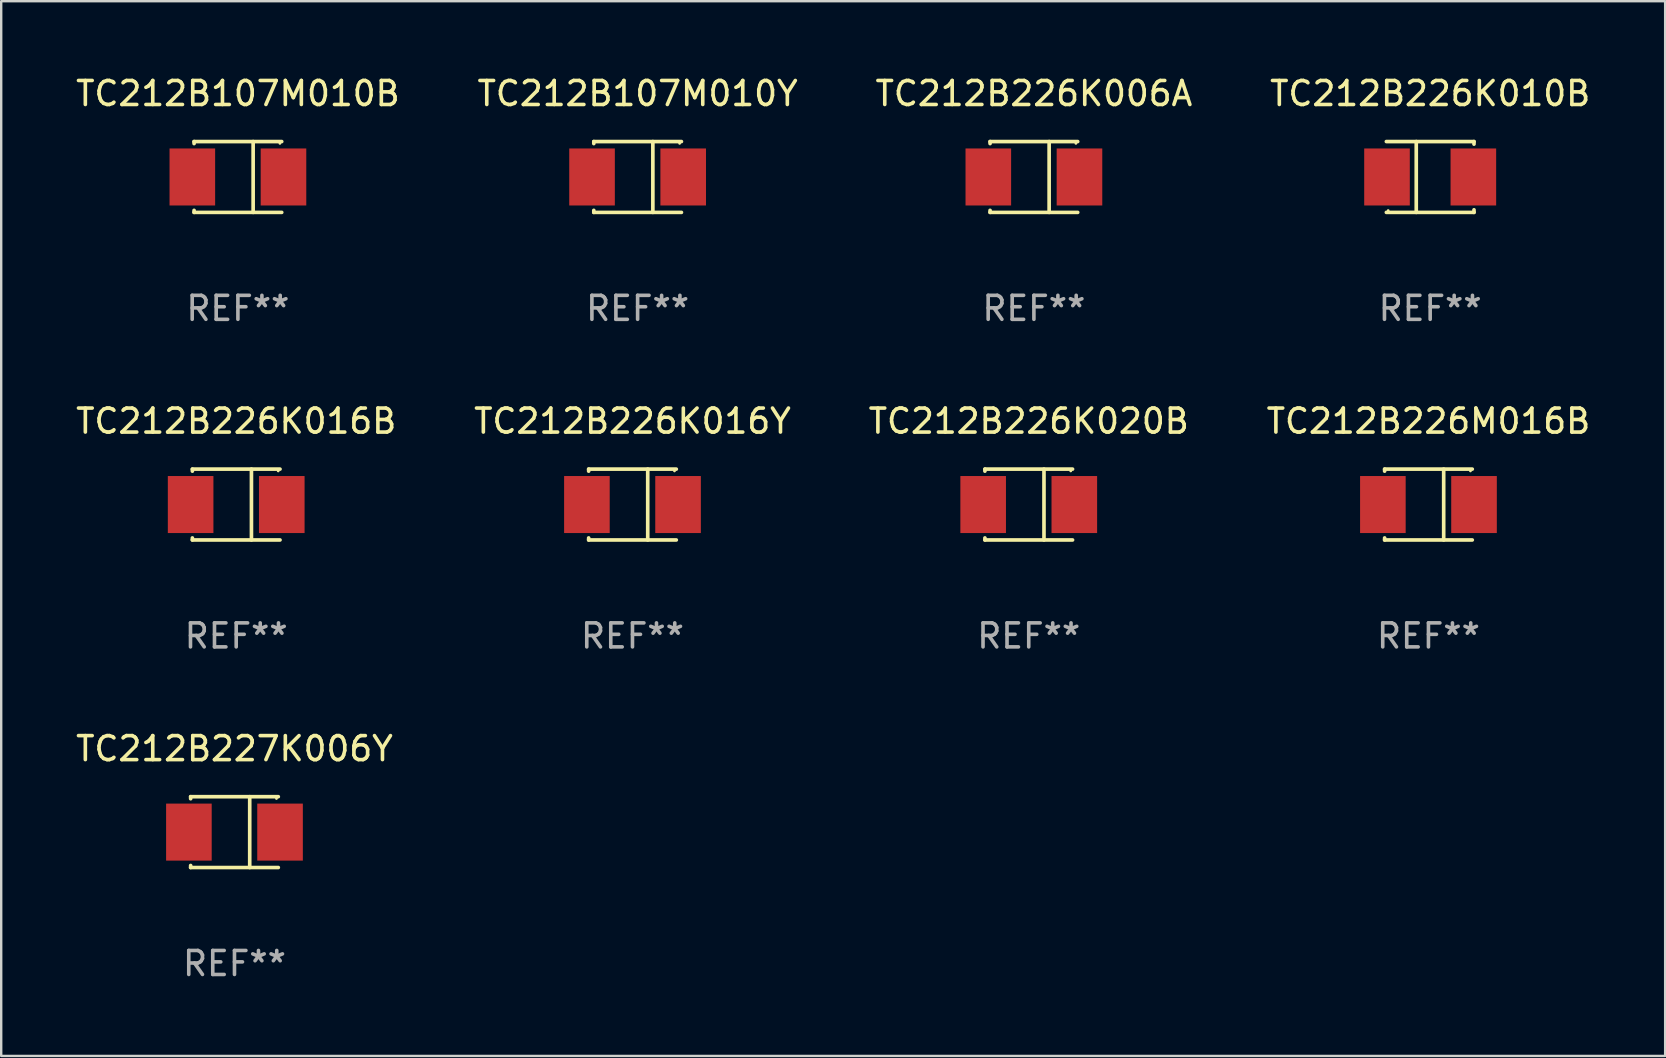
<source format=kicad_pcb>
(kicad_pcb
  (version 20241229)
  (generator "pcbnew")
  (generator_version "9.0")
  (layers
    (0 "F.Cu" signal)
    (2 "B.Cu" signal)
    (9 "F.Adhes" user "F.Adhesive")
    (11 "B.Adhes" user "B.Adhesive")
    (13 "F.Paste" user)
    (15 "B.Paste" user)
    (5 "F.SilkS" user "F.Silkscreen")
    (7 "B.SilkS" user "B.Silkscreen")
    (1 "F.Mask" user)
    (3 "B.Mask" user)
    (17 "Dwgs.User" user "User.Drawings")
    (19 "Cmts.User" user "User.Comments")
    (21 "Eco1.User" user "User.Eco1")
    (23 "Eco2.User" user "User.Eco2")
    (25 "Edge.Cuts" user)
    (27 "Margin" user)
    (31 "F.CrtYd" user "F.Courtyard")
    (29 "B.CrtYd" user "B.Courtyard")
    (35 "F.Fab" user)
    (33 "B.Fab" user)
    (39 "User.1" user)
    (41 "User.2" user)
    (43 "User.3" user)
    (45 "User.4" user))
  (footprint "TC212B226K010B"
    (layer "F.Cu")
    (at 56.542 4.324)
    (property "Reference" "TC212B226K010B" (at 0 -3.476 0) (layer "F.SilkS") (effects (font (size 1 1) (thickness 0.15))))
    (attr through_hole)
    (fp_line (start -1.826 -1.476) (end 1.826 -1.476) (stroke (width 0.152) (type solid)) (layer "F.SilkS"))
    (fp_line (start -1.826 1.476) (end 1.826 1.476) (stroke (width 0.152) (type solid)) (layer "F.SilkS"))
    (fp_line (start -0.58 -1.476) (end -0.58 1.476) (stroke (width 0.152) (type solid)) (layer "F.SilkS"))
    (fp_line (start 1.826 -1.476) (end 1.826 -1.368) (stroke (width 0.152) (type solid)) (layer "F.SilkS"))
    (fp_line (start 1.826 1.368) (end 1.826 1.476) (stroke (width 0.152) (type solid)) (layer "F.SilkS"))
    (fp_circle (center -1.75 1.4) (end -1.72 1.4) (stroke (width 0.06) (type solid)) (fill no) (layer "F.SilkS"))
    (fp_text user "REF**" (at 0 5.476 0) (layer "F.Fab") (effects (font (size 1 1) (thickness 0.15))))
    (pad "1" smd rect (at -1.799 0.000051) (size 1.9 2.376) (layers "F.Cu" "F.Mask" "F.Paste"))
    (pad "2" smd rect (at 1.799 0.000051) (size 1.9 2.376) (layers "F.Cu" "F.Mask" "F.Paste")))
  (footprint "TC212B107M010B"
    (layer "F.Cu")
    (at 6.863 4.324)
    (property "Reference" "TC212B107M010B" (at 0 -3.476 0) (layer "F.SilkS") (effects (font (size 1 1) (thickness 0.15))))
    (attr through_hole)
    (fp_line (start -1.826 -1.476) (end -1.826 -1.391) (stroke (width 0.152) (type solid)) (layer "F.SilkS"))
    (fp_line (start -1.826 -1.476) (end 1.826 -1.476) (stroke (width 0.152) (type solid)) (layer "F.SilkS"))
    (fp_line (start -1.826 1.476) (end -1.826 1.391) (stroke (width 0.152) (type solid)) (layer "F.SilkS"))
    (fp_line (start -1.826 1.476) (end 1.826 1.476) (stroke (width 0.152) (type solid)) (layer "F.SilkS"))
    (fp_line (start 0.635 -1.476) (end 0.635 1.476) (stroke (width 0.152) (type solid)) (layer "F.SilkS"))
    (fp_circle (center 1.75 -1.4) (end 1.78 -1.4) (stroke (width 0.06) (type solid)) (fill no) (layer "F.SilkS"))
    (fp_text user "REF**" (at 0 5.476 0) (layer "F.Fab") (effects (font (size 1 1) (thickness 0.15))))
    (pad "1" smd rect (at 1.899 0) (size 1.9 2.376) (layers "F.Cu" "F.Mask" "F.Paste"))
    (pad "2" smd rect (at -1.899 0) (size 1.9 2.376) (layers "F.Cu" "F.Mask" "F.Paste")))
  (footprint "TC212B227K006Y"
    (layer "F.Cu")
    (at 6.72 31.622)
    (property "Reference" "TC212B227K006Y" (at 0 -3.476 0) (layer "F.SilkS") (effects (font (size 1 1) (thickness 0.15))))
    (attr through_hole)
    (fp_line (start -1.826 -1.476) (end -1.826 -1.391) (stroke (width 0.152) (type solid)) (layer "F.SilkS"))
    (fp_line (start -1.826 -1.476) (end 1.826 -1.476) (stroke (width 0.152) (type solid)) (layer "F.SilkS"))
    (fp_line (start -1.826 1.476) (end -1.826 1.391) (stroke (width 0.152) (type solid)) (layer "F.SilkS"))
    (fp_line (start -1.826 1.476) (end 1.826 1.476) (stroke (width 0.152) (type solid)) (layer "F.SilkS"))
    (fp_line (start 0.635 -1.476) (end 0.635 1.476) (stroke (width 0.152) (type solid)) (layer "F.SilkS"))
    (fp_circle (center 1.75 -1.4) (end 1.78 -1.4) (stroke (width 0.06) (type solid)) (fill no) (layer "F.SilkS"))
    (fp_text user "REF**" (at 0 5.476 0) (layer "F.Fab") (effects (font (size 1 1) (thickness 0.15))))
    (pad "1" smd rect (at 1.899 0) (size 1.9 2.376) (layers "F.Cu" "F.Mask" "F.Paste"))
    (pad "2" smd rect (at -1.899 0) (size 1.9 2.376) (layers "F.Cu" "F.Mask" "F.Paste")))
  (footprint "TC212B226K006A"
    (layer "F.Cu")
    (at 40.03 4.324)
    (property "Reference" "TC212B226K006A" (at 0 -3.476 0) (layer "F.SilkS") (effects (font (size 1 1) (thickness 0.15))))
    (attr through_hole)
    (fp_line (start -1.826 -1.476) (end -1.826 -1.391) (stroke (width 0.152) (type solid)) (layer "F.SilkS"))
    (fp_line (start -1.826 -1.476) (end 1.826 -1.476) (stroke (width 0.152) (type solid)) (layer "F.SilkS"))
    (fp_line (start -1.826 1.476) (end -1.826 1.391) (stroke (width 0.152) (type solid)) (layer "F.SilkS"))
    (fp_line (start -1.826 1.476) (end 1.826 1.476) (stroke (width 0.152) (type solid)) (layer "F.SilkS"))
    (fp_line (start 0.635 -1.476) (end 0.635 1.476) (stroke (width 0.152) (type solid)) (layer "F.SilkS"))
    (fp_circle (center 1.75 -1.4) (end 1.78 -1.4) (stroke (width 0.06) (type solid)) (fill no) (layer "F.SilkS"))
    (fp_text user "REF**" (at 0 5.476 0) (layer "F.Fab") (effects (font (size 1 1) (thickness 0.15))))
    (pad "1" smd rect (at 1.899 0) (size 1.9 2.376) (layers "F.Cu" "F.Mask" "F.Paste"))
    (pad "2" smd rect (at -1.899 0) (size 1.9 2.376) (layers "F.Cu" "F.Mask" "F.Paste")))
  (footprint "TC212B226K020B"
    (layer "F.Cu")
    (at 39.815 17.973)
    (property "Reference" "TC212B226K020B" (at 0 -3.476 0) (layer "F.SilkS") (effects (font (size 1 1) (thickness 0.15))))
    (attr through_hole)
    (fp_line (start -1.826 -1.476) (end -1.826 -1.391) (stroke (width 0.152) (type solid)) (layer "F.SilkS"))
    (fp_line (start -1.826 -1.476) (end 1.826 -1.476) (stroke (width 0.152) (type solid)) (layer "F.SilkS"))
    (fp_line (start -1.826 1.476) (end -1.826 1.391) (stroke (width 0.152) (type solid)) (layer "F.SilkS"))
    (fp_line (start -1.826 1.476) (end 1.826 1.476) (stroke (width 0.152) (type solid)) (layer "F.SilkS"))
    (fp_line (start 0.635 -1.476) (end 0.635 1.476) (stroke (width 0.152) (type solid)) (layer "F.SilkS"))
    (fp_circle (center 1.75 -1.4) (end 1.78 -1.4) (stroke (width 0.06) (type solid)) (fill no) (layer "F.SilkS"))
    (fp_text user "REF**" (at 0 5.476 0) (layer "F.Fab") (effects (font (size 1 1) (thickness 0.15))))
    (pad "1" smd rect (at 1.899 0) (size 1.9 2.376) (layers "F.Cu" "F.Mask" "F.Paste"))
    (pad "2" smd rect (at -1.899 0) (size 1.9 2.376) (layers "F.Cu" "F.Mask" "F.Paste")))
  (footprint "TC212B226K016Y"
    (layer "F.Cu")
    (at 23.304 17.973)
    (property "Reference" "TC212B226K016Y" (at 0 -3.476 0) (layer "F.SilkS") (effects (font (size 1 1) (thickness 0.15))))
    (attr through_hole)
    (fp_line (start -1.826 -1.476) (end -1.826 -1.391) (stroke (width 0.152) (type solid)) (layer "F.SilkS"))
    (fp_line (start -1.826 -1.476) (end 1.826 -1.476) (stroke (width 0.152) (type solid)) (layer "F.SilkS"))
    (fp_line (start -1.826 1.476) (end -1.826 1.391) (stroke (width 0.152) (type solid)) (layer "F.SilkS"))
    (fp_line (start -1.826 1.476) (end 1.826 1.476) (stroke (width 0.152) (type solid)) (layer "F.SilkS"))
    (fp_line (start 0.635 -1.476) (end 0.635 1.476) (stroke (width 0.152) (type solid)) (layer "F.SilkS"))
    (fp_circle (center 1.75 -1.4) (end 1.78 -1.4) (stroke (width 0.06) (type solid)) (fill no) (layer "F.SilkS"))
    (fp_text user "REF**" (at 0 5.476 0) (layer "F.Fab") (effects (font (size 1 1) (thickness 0.15))))
    (pad "1" smd rect (at 1.899 0) (size 1.9 2.376) (layers "F.Cu" "F.Mask" "F.Paste"))
    (pad "2" smd rect (at -1.899 0) (size 1.9 2.376) (layers "F.Cu" "F.Mask" "F.Paste")))
  (footprint "TC212B226K016B"
    (layer "F.Cu")
    (at 6.792 17.973)
    (property "Reference" "TC212B226K016B" (at 0 -3.476 0) (layer "F.SilkS") (effects (font (size 1 1) (thickness 0.15))))
    (attr through_hole)
    (fp_line (start -1.826 -1.476) (end -1.826 -1.391) (stroke (width 0.152) (type solid)) (layer "F.SilkS"))
    (fp_line (start -1.826 -1.476) (end 1.826 -1.476) (stroke (width 0.152) (type solid)) (layer "F.SilkS"))
    (fp_line (start -1.826 1.476) (end -1.826 1.391) (stroke (width 0.152) (type solid)) (layer "F.SilkS"))
    (fp_line (start -1.826 1.476) (end 1.826 1.476) (stroke (width 0.152) (type solid)) (layer "F.SilkS"))
    (fp_line (start 0.635 -1.476) (end 0.635 1.476) (stroke (width 0.152) (type solid)) (layer "F.SilkS"))
    (fp_circle (center 1.75 -1.4) (end 1.78 -1.4) (stroke (width 0.06) (type solid)) (fill no) (layer "F.SilkS"))
    (fp_text user "REF**" (at 0 5.476 0) (layer "F.Fab") (effects (font (size 1 1) (thickness 0.15))))
    (pad "1" smd rect (at 1.899 0) (size 1.9 2.376) (layers "F.Cu" "F.Mask" "F.Paste"))
    (pad "2" smd rect (at -1.899 0) (size 1.9 2.376) (layers "F.Cu" "F.Mask" "F.Paste")))
  (footprint "TC212B226M016B"
    (layer "F.Cu")
    (at 56.47 17.973)
    (property "Reference" "TC212B226M016B" (at 0 -3.476 0) (layer "F.SilkS") (effects (font (size 1 1) (thickness 0.15))))
    (attr through_hole)
    (fp_line (start -1.826 -1.476) (end -1.826 -1.391) (stroke (width 0.152) (type solid)) (layer "F.SilkS"))
    (fp_line (start -1.826 -1.476) (end 1.826 -1.476) (stroke (width 0.152) (type solid)) (layer "F.SilkS"))
    (fp_line (start -1.826 1.476) (end -1.826 1.391) (stroke (width 0.152) (type solid)) (layer "F.SilkS"))
    (fp_line (start -1.826 1.476) (end 1.826 1.476) (stroke (width 0.152) (type solid)) (layer "F.SilkS"))
    (fp_line (start 0.635 -1.476) (end 0.635 1.476) (stroke (width 0.152) (type solid)) (layer "F.SilkS"))
    (fp_circle (center 1.75 -1.4) (end 1.78 -1.4) (stroke (width 0.06) (type solid)) (fill no) (layer "F.SilkS"))
    (fp_text user "REF**" (at 0 5.476 0) (layer "F.Fab") (effects (font (size 1 1) (thickness 0.15))))
    (pad "1" smd rect (at 1.899 0) (size 1.9 2.376) (layers "F.Cu" "F.Mask" "F.Paste"))
    (pad "2" smd rect (at -1.899 0) (size 1.9 2.376) (layers "F.Cu" "F.Mask" "F.Paste")))
  (footprint "TC212B107M010Y"
    (layer "F.Cu")
    (at 23.518 4.324)
    (property "Reference" "TC212B107M010Y" (at 0 -3.476 0) (layer "F.SilkS") (effects (font (size 1 1) (thickness 0.15))))
    (attr through_hole)
    (fp_line (start -1.826 -1.476) (end -1.826 -1.391) (stroke (width 0.152) (type solid)) (layer "F.SilkS"))
    (fp_line (start -1.826 -1.476) (end 1.826 -1.476) (stroke (width 0.152) (type solid)) (layer "F.SilkS"))
    (fp_line (start -1.826 1.476) (end -1.826 1.391) (stroke (width 0.152) (type solid)) (layer "F.SilkS"))
    (fp_line (start -1.826 1.476) (end 1.826 1.476) (stroke (width 0.152) (type solid)) (layer "F.SilkS"))
    (fp_line (start 0.635 -1.476) (end 0.635 1.476) (stroke (width 0.152) (type solid)) (layer "F.SilkS"))
    (fp_circle (center 1.75 -1.4) (end 1.78 -1.4) (stroke (width 0.06) (type solid)) (fill no) (layer "F.SilkS"))
    (fp_text user "REF**" (at 0 5.476 0) (layer "F.Fab") (effects (font (size 1 1) (thickness 0.15))))
    (pad "1" smd rect (at 1.899 0) (size 1.9 2.376) (layers "F.Cu" "F.Mask" "F.Paste"))
    (pad "2" smd rect (at -1.899 0) (size 1.9 2.376) (layers "F.Cu" "F.Mask" "F.Paste")))
  (gr_rect
    (start -3 -3)
    (end 66.333 40.947)
    (stroke (width 0.1) (type default))
    (fill no)
    (layer "Edge.Cuts")))
</source>
